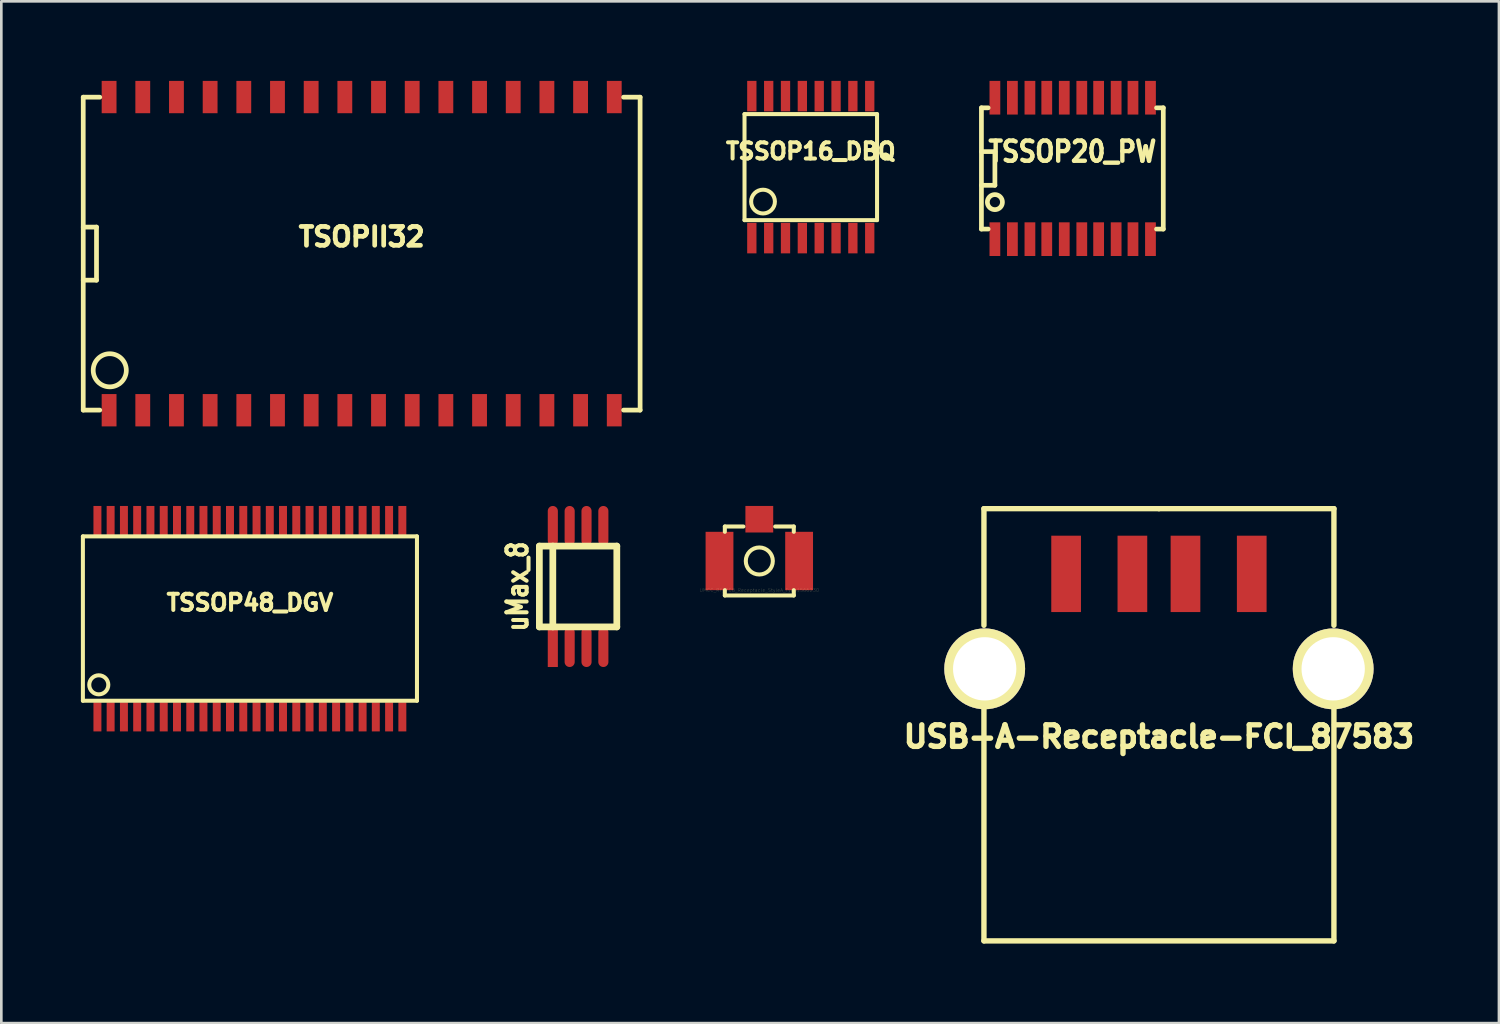
<source format=kicad_pcb>
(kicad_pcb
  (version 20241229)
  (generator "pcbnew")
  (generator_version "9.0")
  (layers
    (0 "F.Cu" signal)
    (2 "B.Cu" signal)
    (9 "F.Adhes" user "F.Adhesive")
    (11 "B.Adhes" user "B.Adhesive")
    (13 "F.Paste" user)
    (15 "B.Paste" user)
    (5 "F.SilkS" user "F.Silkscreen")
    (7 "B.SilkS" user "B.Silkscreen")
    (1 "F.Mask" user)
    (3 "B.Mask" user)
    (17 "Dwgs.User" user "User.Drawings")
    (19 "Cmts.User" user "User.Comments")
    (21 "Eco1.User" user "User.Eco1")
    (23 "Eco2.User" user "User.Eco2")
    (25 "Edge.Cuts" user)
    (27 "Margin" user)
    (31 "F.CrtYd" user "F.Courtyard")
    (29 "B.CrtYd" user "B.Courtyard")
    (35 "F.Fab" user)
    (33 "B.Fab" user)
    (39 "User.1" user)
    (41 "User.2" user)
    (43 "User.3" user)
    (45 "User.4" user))
  (footprint "USB-A-Receptacle-FCI_87583"
    (layer "F.Cu")
    (at 40.654 20.031)
    (property "Reference" "USB-A-Receptacle-FCI_87583" (at 0 4.699 0) (layer "F.SilkS") (effects (font (size 0.813 0.813) (thickness 0.203))))
    (attr through_hole)
    (fp_line (start -6.599 -3.899) (end -6.599 0.5) (stroke (width 0.203) (type solid)) (layer "F.SilkS"))
    (fp_line (start -6.599 2.101) (end -6.599 12.4) (stroke (width 0.203) (type solid)) (layer "F.SilkS"))
    (fp_line (start 0 -3.899) (end -6.599 -3.899) (stroke (width 0.203) (type solid)) (layer "F.SilkS"))
    (fp_line (start 0 -3.899) (end 6.599 -3.899) (stroke (width 0.203) (type solid)) (layer "F.SilkS"))
    (fp_line (start 6.599 -3.899) (end 6.599 0.5) (stroke (width 0.203) (type solid)) (layer "F.SilkS"))
    (fp_line (start 6.599 2.101) (end 6.599 12.4) (stroke (width 0.203) (type solid)) (layer "F.SilkS"))
    (fp_line (start 6.599 12.4) (end -6.599 12.4) (stroke (width 0.203) (type solid)) (layer "F.SilkS"))
    (pad "1" smd rect (at -3.5 -1.44) (size 1.12 2.88) (layers "F.Cu" "F.Mask" "F.Paste"))
    (pad "2" smd rect (at -1.001 -1.44) (size 1.12 2.88) (layers "F.Cu" "F.Mask" "F.Paste"))
    (pad "3" smd rect (at 1.001 -1.44) (size 1.12 2.88) (layers "F.Cu" "F.Mask" "F.Paste"))
    (pad "4" smd rect (at 3.5 -1.44) (size 1.12 2.88) (layers "F.Cu" "F.Mask" "F.Paste"))
    (pad "5" thru_hole circle (at -6.571 2.141) (size 3.048 3.048) (drill 2.388) (layers "*.Cu" "*.Mask" "F.SilkS"))
    (pad "5" thru_hole circle (at 6.571 2.141) (size 3.048 3.048) (drill 2.388) (layers "*.Cu" "*.Mask" "F.SilkS")))
  (footprint "uMax_8"
    (layer "F.Cu")
    (at 18.75 19.067)
    (property "Reference" "uMax_8" (at -2.286 0 90) (layer "F.SilkS") (effects (font (size 0.762 0.61) (thickness 0.203))))
    (attr smd)
    (fp_line (start -1.46 -1.524) (end 1.46 -1.524) (stroke (width 0.254) (type solid)) (layer "F.SilkS"))
    (fp_line (start -1.46 1.524) (end -1.46 -1.524) (stroke (width 0.254) (type solid)) (layer "F.SilkS"))
    (fp_line (start -0.953 1.524) (end -0.953 -1.524) (stroke (width 0.254) (type solid)) (layer "F.SilkS"))
    (fp_line (start 1.46 -1.524) (end 1.46 1.524) (stroke (width 0.254) (type solid)) (layer "F.SilkS"))
    (fp_line (start 1.46 1.524) (end -1.46 1.524) (stroke (width 0.254) (type solid)) (layer "F.SilkS"))
    (pad "1" smd rect (at -0.953 2.286) (size 0.381 1.501) (layers "F.Cu" "F.Mask" "F.Paste"))
    (pad "2" smd oval (at -0.318 2.286) (size 0.381 1.501) (layers "F.Cu" "F.Mask" "F.Paste"))
    (pad "3" smd oval (at 0.318 2.286) (size 0.381 1.501) (layers "F.Cu" "F.Mask" "F.Paste"))
    (pad "4" smd oval (at 0.953 2.286) (size 0.381 1.501) (layers "F.Cu" "F.Mask" "F.Paste"))
    (pad "5" smd oval (at 0.953 -2.286) (size 0.381 1.501) (layers "F.Cu" "F.Mask" "F.Paste"))
    (pad "6" smd oval (at 0.318 -2.286) (size 0.381 1.501) (layers "F.Cu" "F.Mask" "F.Paste"))
    (pad "7" smd oval (at -0.318 -2.286) (size 0.381 1.501) (layers "F.Cu" "F.Mask" "F.Paste"))
    (pad "8" smd oval (at -0.953 -2.286) (size 0.381 1.501) (layers "F.Cu" "F.Mask" "F.Paste")))
  (footprint "TSSOP20_PW"
    (layer "F.Cu")
    (at 37.389 3.302)
    (property "Reference" "TSSOP20_PW" (at 0 -0.635 0) (layer "F.SilkS") (effects (font (size 0.762 0.66) (thickness 0.178))))
    (attr smd)
    (fp_line (start -3.429 -2.286) (end -3.429 2.286) (stroke (width 0.178) (type solid)) (layer "F.SilkS"))
    (fp_line (start -3.429 -0.635) (end -2.921 -0.635) (stroke (width 0.178) (type solid)) (layer "F.SilkS"))
    (fp_line (start -3.429 2.286) (end -3.175 2.286) (stroke (width 0.178) (type solid)) (layer "F.SilkS"))
    (fp_line (start -3.175 -2.286) (end -3.429 -2.286) (stroke (width 0.178) (type solid)) (layer "F.SilkS"))
    (fp_line (start -2.921 -0.635) (end -2.921 0.635) (stroke (width 0.178) (type solid)) (layer "F.SilkS"))
    (fp_line (start -2.921 0.635) (end -3.429 0.635) (stroke (width 0.178) (type solid)) (layer "F.SilkS"))
    (fp_line (start 3.175 -2.286) (end 3.429 -2.286) (stroke (width 0.178) (type solid)) (layer "F.SilkS"))
    (fp_line (start 3.429 -2.286) (end 3.429 2.286) (stroke (width 0.178) (type solid)) (layer "F.SilkS"))
    (fp_line (start 3.429 2.286) (end 3.175 2.286) (stroke (width 0.178) (type solid)) (layer "F.SilkS"))
    (fp_circle (center -2.921 1.27) (end -2.667 1.143) (stroke (width 0.178) (type solid)) (fill no) (layer "F.SilkS"))
    (pad "1" smd rect (at -2.921 2.667) (size 0.406 1.27) (layers "F.Cu" "F.Mask" "F.Paste"))
    (pad "2" smd rect (at -2.261 2.667) (size 0.406 1.27) (layers "F.Cu" "F.Mask" "F.Paste"))
    (pad "3" smd rect (at -1.6 2.667) (size 0.406 1.27) (layers "F.Cu" "F.Mask" "F.Paste"))
    (pad "4" smd rect (at -0.965 2.667) (size 0.406 1.27) (layers "F.Cu" "F.Mask" "F.Paste"))
    (pad "5" smd rect (at -0.305 2.667) (size 0.406 1.27) (layers "F.Cu" "F.Mask" "F.Paste"))
    (pad "6" smd rect (at 0.356 2.667) (size 0.406 1.27) (layers "F.Cu" "F.Mask" "F.Paste"))
    (pad "7" smd rect (at 0.991 2.667) (size 0.406 1.27) (layers "F.Cu" "F.Mask" "F.Paste"))
    (pad "8" smd rect (at 1.651 2.667) (size 0.406 1.27) (layers "F.Cu" "F.Mask" "F.Paste"))
    (pad "9" smd rect (at 2.286 2.667) (size 0.406 1.27) (layers "F.Cu" "F.Mask" "F.Paste"))
    (pad "10" smd rect (at 2.946 2.667) (size 0.406 1.27) (layers "F.Cu" "F.Mask" "F.Paste"))
    (pad "11" smd rect (at 2.946 -2.667) (size 0.406 1.27) (layers "F.Cu" "F.Mask" "F.Paste"))
    (pad "12" smd rect (at 2.286 -2.667) (size 0.406 1.27) (layers "F.Cu" "F.Mask" "F.Paste"))
    (pad "13" smd rect (at 1.651 -2.667) (size 0.406 1.27) (layers "F.Cu" "F.Mask" "F.Paste"))
    (pad "14" smd rect (at 0.991 -2.667) (size 0.406 1.27) (layers "F.Cu" "F.Mask" "F.Paste"))
    (pad "15" smd rect (at 0.356 -2.667) (size 0.406 1.27) (layers "F.Cu" "F.Mask" "F.Paste"))
    (pad "16" smd rect (at -0.305 -2.667) (size 0.406 1.27) (layers "F.Cu" "F.Mask" "F.Paste"))
    (pad "17" smd rect (at -0.965 -2.667) (size 0.406 1.27) (layers "F.Cu" "F.Mask" "F.Paste"))
    (pad "18" smd rect (at -1.6 -2.667) (size 0.406 1.27) (layers "F.Cu" "F.Mask" "F.Paste"))
    (pad "19" smd rect (at -2.261 -2.667) (size 0.406 1.27) (layers "F.Cu" "F.Mask" "F.Paste"))
    (pad "20" smd rect (at -2.921 -2.667) (size 0.406 1.27) (layers "F.Cu" "F.Mask" "F.Paste")))
  (footprint "UMCC_RF_PCB_Receptacle_StyleA_Tyco1566230"
    (layer "F.Cu")
    (at 25.584 18.105)
    (property "Reference" "UMCC_RF_PCB_Receptacle_StyleA_Tyco1566230" (at 0 1.1 0) (layer "F.SilkS") (effects (font (size 0.127 0.127) (thickness 0.003))))
    (attr smd)
    (fp_line (start -1.3 -1.3) (end -1.3 -1.1) (stroke (width 0.152) (type solid)) (layer "F.SilkS"))
    (fp_line (start -1.3 1.1) (end -1.3 1.3) (stroke (width 0.152) (type solid)) (layer "F.SilkS"))
    (fp_line (start -1.3 1.3) (end 1.3 1.3) (stroke (width 0.152) (type solid)) (layer "F.SilkS"))
    (fp_line (start -0.599 -1.3) (end -1.3 -1.3) (stroke (width 0.152) (type solid)) (layer "F.SilkS"))
    (fp_line (start 1.3 -1.3) (end 0.599 -1.3) (stroke (width 0.152) (type solid)) (layer "F.SilkS"))
    (fp_line (start 1.3 -1.3) (end 1.3 -1.1) (stroke (width 0.152) (type solid)) (layer "F.SilkS"))
    (fp_line (start 1.3 1.3) (end 1.3 1.1) (stroke (width 0.152) (type solid)) (layer "F.SilkS"))
    (fp_circle (center 0 0) (end 0.5 -0.099) (stroke (width 0.152) (type solid)) (fill no) (layer "F.SilkS"))
    (pad "1" smd rect (at 0 -1.575 90) (size 1.001 1.049) (layers "F.Cu" "F.Mask" "F.Paste"))
    (pad "2" smd rect (at -1.501 0) (size 1.049 2.2) (layers "F.Cu" "F.Mask" "F.Paste"))
    (pad "2" smd rect (at 1.501 0) (size 1.049 2.2) (layers "F.Cu" "F.Mask" "F.Paste")))
  (footprint "TSOPII32"
    (layer "F.Cu")
    (at 10.589 6.515)
    (property "Reference" "TSOPII32" (at 0 -0.635 0) (layer "F.SilkS") (effects (font (size 0.711 0.711) (thickness 0.178))))
    (attr smd)
    (fp_line (start -10.5 -5.9) (end -10.5 5.9) (stroke (width 0.178) (type solid)) (layer "F.SilkS"))
    (fp_line (start -10.5 -5.9) (end -9.876 -5.9) (stroke (width 0.178) (type solid)) (layer "F.SilkS"))
    (fp_line (start -10.5 -1.001) (end -10 -1.001) (stroke (width 0.178) (type solid)) (layer "F.SilkS"))
    (fp_line (start -10.5 5.9) (end -9.876 5.9) (stroke (width 0.178) (type solid)) (layer "F.SilkS"))
    (fp_line (start -10 -1.001) (end -10 1.001) (stroke (width 0.178) (type solid)) (layer "F.SilkS"))
    (fp_line (start -10 1.001) (end -10.5 1.001) (stroke (width 0.178) (type solid)) (layer "F.SilkS"))
    (fp_line (start 10.5 -5.9) (end 9.876 -5.9) (stroke (width 0.178) (type solid)) (layer "F.SilkS"))
    (fp_line (start 10.5 -5.9) (end 10.5 5.9) (stroke (width 0.178) (type solid)) (layer "F.SilkS"))
    (fp_line (start 10.5 5.9) (end 9.876 5.9) (stroke (width 0.178) (type solid)) (layer "F.SilkS"))
    (fp_circle (center -9.5 4.399) (end -9.126 3.899) (stroke (width 0.178) (type solid)) (fill no) (layer "F.SilkS"))
    (pad "1" smd rect (at -9.525 5.905) (size 0.559 1.219) (layers "F.Cu" "F.Mask" "F.Paste"))
    (pad "2" smd rect (at -8.255 5.905) (size 0.559 1.219) (layers "F.Cu" "F.Mask" "F.Paste"))
    (pad "3" smd rect (at -6.985 5.905) (size 0.559 1.219) (layers "F.Cu" "F.Mask" "F.Paste"))
    (pad "4" smd rect (at -5.715 5.905) (size 0.559 1.219) (layers "F.Cu" "F.Mask" "F.Paste"))
    (pad "5" smd rect (at -4.445 5.905) (size 0.559 1.219) (layers "F.Cu" "F.Mask" "F.Paste"))
    (pad "6" smd rect (at -3.175 5.905) (size 0.559 1.219) (layers "F.Cu" "F.Mask" "F.Paste"))
    (pad "7" smd rect (at -1.905 5.905) (size 0.559 1.219) (layers "F.Cu" "F.Mask" "F.Paste"))
    (pad "8" smd rect (at -0.635 5.905) (size 0.559 1.219) (layers "F.Cu" "F.Mask" "F.Paste"))
    (pad "9" smd rect (at 0.635 5.905) (size 0.559 1.219) (layers "F.Cu" "F.Mask" "F.Paste"))
    (pad "10" smd rect (at 1.905 5.905) (size 0.559 1.219) (layers "F.Cu" "F.Mask" "F.Paste"))
    (pad "11" smd rect (at 3.175 5.905) (size 0.559 1.219) (layers "F.Cu" "F.Mask" "F.Paste"))
    (pad "12" smd rect (at 4.445 5.905) (size 0.559 1.219) (layers "F.Cu" "F.Mask" "F.Paste"))
    (pad "13" smd rect (at 5.715 5.905) (size 0.559 1.219) (layers "F.Cu" "F.Mask" "F.Paste"))
    (pad "14" smd rect (at 6.985 5.905) (size 0.559 1.219) (layers "F.Cu" "F.Mask" "F.Paste"))
    (pad "15" smd rect (at 8.255 5.905) (size 0.559 1.219) (layers "F.Cu" "F.Mask" "F.Paste"))
    (pad "16" smd rect (at 9.525 5.905) (size 0.559 1.219) (layers "F.Cu" "F.Mask" "F.Paste"))
    (pad "17" smd rect (at 9.525 -5.905) (size 0.559 1.219) (layers "F.Cu" "F.Mask" "F.Paste"))
    (pad "18" smd rect (at 8.255 -5.905) (size 0.559 1.219) (layers "F.Cu" "F.Mask" "F.Paste"))
    (pad "19" smd rect (at 6.985 -5.905) (size 0.559 1.219) (layers "F.Cu" "F.Mask" "F.Paste"))
    (pad "20" smd rect (at 5.715 -5.905) (size 0.559 1.219) (layers "F.Cu" "F.Mask" "F.Paste"))
    (pad "21" smd rect (at 4.445 -5.905) (size 0.559 1.219) (layers "F.Cu" "F.Mask" "F.Paste"))
    (pad "22" smd rect (at 3.175 -5.905) (size 0.559 1.219) (layers "F.Cu" "F.Mask" "F.Paste"))
    (pad "23" smd rect (at 1.905 -5.905) (size 0.559 1.219) (layers "F.Cu" "F.Mask" "F.Paste"))
    (pad "24" smd rect (at 0.635 -5.905) (size 0.559 1.219) (layers "F.Cu" "F.Mask" "F.Paste"))
    (pad "25" smd rect (at -0.635 -5.905) (size 0.559 1.219) (layers "F.Cu" "F.Mask" "F.Paste"))
    (pad "26" smd rect (at -1.905 -5.905) (size 0.559 1.219) (layers "F.Cu" "F.Mask" "F.Paste"))
    (pad "27" smd rect (at -3.175 -5.905) (size 0.559 1.219) (layers "F.Cu" "F.Mask" "F.Paste"))
    (pad "28" smd rect (at -4.445 -5.905) (size 0.559 1.219) (layers "F.Cu" "F.Mask" "F.Paste"))
    (pad "29" smd rect (at -5.715 -5.905) (size 0.559 1.219) (layers "F.Cu" "F.Mask" "F.Paste"))
    (pad "30" smd rect (at -6.985 -5.905) (size 0.559 1.219) (layers "F.Cu" "F.Mask" "F.Paste"))
    (pad "31" smd rect (at -8.255 -5.905) (size 0.559 1.219) (layers "F.Cu" "F.Mask" "F.Paste"))
    (pad "32" smd rect (at -9.525 -5.905) (size 0.559 1.219) (layers "F.Cu" "F.Mask" "F.Paste")))
  (footprint "TSSOP16_DBQ"
    (layer "F.Cu")
    (at 27.525 3.252)
    (property "Reference" "TSSOP16_DBQ" (at 0 -0.599 0) (layer "F.SilkS") (effects (font (size 0.61 0.61) (thickness 0.152))))
    (attr smd)
    (fp_line (start -2.499 -1.999) (end -2.499 1.999) (stroke (width 0.152) (type solid)) (layer "F.SilkS"))
    (fp_line (start -2.499 1.999) (end 2.499 1.999) (stroke (width 0.152) (type solid)) (layer "F.SilkS"))
    (fp_line (start 2.499 -1.999) (end -2.499 -1.999) (stroke (width 0.152) (type solid)) (layer "F.SilkS"))
    (fp_line (start 2.499 1.999) (end 2.499 -1.999) (stroke (width 0.152) (type solid)) (layer "F.SilkS"))
    (fp_circle (center -1.801 1.3) (end -1.4 1.1) (stroke (width 0.152) (type solid)) (fill no) (layer "F.SilkS"))
    (pad "1" smd rect (at -2.223 2.677) (size 0.351 1.151) (layers "F.Cu" "F.Mask" "F.Paste"))
    (pad "2" smd rect (at -1.587 2.677) (size 0.351 1.151) (layers "F.Cu" "F.Mask" "F.Paste"))
    (pad "3" smd rect (at -0.953 2.677) (size 0.351 1.151) (layers "F.Cu" "F.Mask" "F.Paste"))
    (pad "4" smd rect (at -0.318 2.677) (size 0.351 1.151) (layers "F.Cu" "F.Mask" "F.Paste"))
    (pad "5" smd rect (at 0.318 2.677) (size 0.351 1.151) (layers "F.Cu" "F.Mask" "F.Paste"))
    (pad "6" smd rect (at 0.953 2.677) (size 0.351 1.151) (layers "F.Cu" "F.Mask" "F.Paste"))
    (pad "7" smd rect (at 1.587 2.677) (size 0.351 1.151) (layers "F.Cu" "F.Mask" "F.Paste"))
    (pad "8" smd rect (at 2.223 2.677) (size 0.351 1.151) (layers "F.Cu" "F.Mask" "F.Paste"))
    (pad "9" smd rect (at 2.223 -2.677) (size 0.351 1.151) (layers "F.Cu" "F.Mask" "F.Paste"))
    (pad "10" smd rect (at 1.587 -2.677) (size 0.351 1.151) (layers "F.Cu" "F.Mask" "F.Paste"))
    (pad "11" smd rect (at 0.953 -2.677) (size 0.351 1.151) (layers "F.Cu" "F.Mask" "F.Paste"))
    (pad "12" smd rect (at 0.318 -2.677) (size 0.351 1.151) (layers "F.Cu" "F.Mask" "F.Paste"))
    (pad "13" smd rect (at -0.318 -2.677) (size 0.351 1.151) (layers "F.Cu" "F.Mask" "F.Paste"))
    (pad "14" smd rect (at -0.953 -2.677) (size 0.351 1.151) (layers "F.Cu" "F.Mask" "F.Paste"))
    (pad "15" smd rect (at -1.587 -2.677) (size 0.351 1.151) (layers "F.Cu" "F.Mask" "F.Paste"))
    (pad "16" smd rect (at -2.223 -2.677) (size 0.351 1.151) (layers "F.Cu" "F.Mask" "F.Paste")))
  (footprint "TSSOP48_DGV"
    (layer "F.Cu")
    (at 6.375 20.276)
    (property "Reference" "TSSOP48_DGV" (at 0 -0.599 0) (layer "F.SilkS") (effects (font (size 0.61 0.61) (thickness 0.152))))
    (attr smd)
    (fp_line (start -6.299 -3.099) (end -6.299 3.099) (stroke (width 0.152) (type solid)) (layer "F.SilkS"))
    (fp_line (start -6.299 3.099) (end 6.299 3.099) (stroke (width 0.152) (type solid)) (layer "F.SilkS"))
    (fp_line (start 6.299 -3.099) (end -6.299 -3.099) (stroke (width 0.152) (type solid)) (layer "F.SilkS"))
    (fp_line (start 6.299 3.099) (end 6.299 -3.099) (stroke (width 0.152) (type solid)) (layer "F.SilkS"))
    (fp_circle (center -5.7 2.499) (end -5.4 2.301) (stroke (width 0.152) (type solid)) (fill no) (layer "F.SilkS"))
    (pad "1" smd rect (at -5.751 3.706) (size 0.3 1.1) (layers "F.Cu" "F.Mask" "F.Paste"))
    (pad "2" smd rect (at -5.253 3.706) (size 0.3 1.1) (layers "F.Cu" "F.Mask" "F.Paste"))
    (pad "3" smd rect (at -4.752 3.706) (size 0.3 1.1) (layers "F.Cu" "F.Mask" "F.Paste"))
    (pad "4" smd rect (at -4.252 3.706) (size 0.3 1.1) (layers "F.Cu" "F.Mask" "F.Paste"))
    (pad "5" smd rect (at -3.752 3.706) (size 0.3 1.1) (layers "F.Cu" "F.Mask" "F.Paste"))
    (pad "6" smd rect (at -3.251 3.706) (size 0.3 1.1) (layers "F.Cu" "F.Mask" "F.Paste"))
    (pad "7" smd rect (at -2.751 3.706) (size 0.3 1.1) (layers "F.Cu" "F.Mask" "F.Paste"))
    (pad "8" smd rect (at -2.25 3.706) (size 0.3 1.1) (layers "F.Cu" "F.Mask" "F.Paste"))
    (pad "9" smd rect (at -1.753 3.706) (size 0.3 1.1) (layers "F.Cu" "F.Mask" "F.Paste"))
    (pad "10" smd rect (at -1.252 3.706) (size 0.3 1.1) (layers "F.Cu" "F.Mask" "F.Paste"))
    (pad "11" smd rect (at -0.752 3.706) (size 0.3 1.1) (layers "F.Cu" "F.Mask" "F.Paste"))
    (pad "12" smd rect (at -0.251 3.706) (size 0.3 1.1) (layers "F.Cu" "F.Mask" "F.Paste"))
    (pad "13" smd rect (at 0.249 3.706) (size 0.3 1.1) (layers "F.Cu" "F.Mask" "F.Paste"))
    (pad "14" smd rect (at 0.749 3.706) (size 0.3 1.1) (layers "F.Cu" "F.Mask" "F.Paste"))
    (pad "15" smd rect (at 1.247 3.706) (size 0.3 1.1) (layers "F.Cu" "F.Mask" "F.Paste"))
    (pad "16" smd rect (at 1.748 3.706) (size 0.3 1.1) (layers "F.Cu" "F.Mask" "F.Paste"))
    (pad "17" smd rect (at 2.248 3.706) (size 0.3 1.1) (layers "F.Cu" "F.Mask" "F.Paste"))
    (pad "18" smd rect (at 2.748 3.706) (size 0.3 1.1) (layers "F.Cu" "F.Mask" "F.Paste"))
    (pad "19" smd rect (at 3.249 3.706) (size 0.3 1.1) (layers "F.Cu" "F.Mask" "F.Paste"))
    (pad "20" smd rect (at 3.749 3.706) (size 0.3 1.1) (layers "F.Cu" "F.Mask" "F.Paste"))
    (pad "21" smd rect (at 4.249 3.706) (size 0.3 1.1) (layers "F.Cu" "F.Mask" "F.Paste"))
    (pad "22" smd rect (at 4.747 3.706) (size 0.3 1.1) (layers "F.Cu" "F.Mask" "F.Paste"))
    (pad "23" smd rect (at 5.248 3.706) (size 0.3 1.1) (layers "F.Cu" "F.Mask" "F.Paste"))
    (pad "24" smd rect (at 5.748 3.706) (size 0.3 1.1) (layers "F.Cu" "F.Mask" "F.Paste"))
    (pad "25" smd rect (at 5.748 -3.696) (size 0.3 1.1) (layers "F.Cu" "F.Mask" "F.Paste"))
    (pad "26" smd rect (at 5.248 -3.696) (size 0.3 1.1) (layers "F.Cu" "F.Mask" "F.Paste"))
    (pad "27" smd rect (at 4.747 -3.696) (size 0.3 1.1) (layers "F.Cu" "F.Mask" "F.Paste"))
    (pad "28" smd rect (at 4.249 -3.696) (size 0.3 1.1) (layers "F.Cu" "F.Mask" "F.Paste"))
    (pad "29" smd rect (at 3.749 -3.696) (size 0.3 1.1) (layers "F.Cu" "F.Mask" "F.Paste"))
    (pad "30" smd rect (at 3.249 -3.696) (size 0.3 1.1) (layers "F.Cu" "F.Mask" "F.Paste"))
    (pad "31" smd rect (at 2.748 -3.696) (size 0.3 1.1) (layers "F.Cu" "F.Mask" "F.Paste"))
    (pad "32" smd rect (at 2.248 -3.696) (size 0.3 1.1) (layers "F.Cu" "F.Mask" "F.Paste"))
    (pad "33" smd rect (at 1.748 -3.696) (size 0.3 1.1) (layers "F.Cu" "F.Mask" "F.Paste"))
    (pad "34" smd rect (at 1.247 -3.696) (size 0.3 1.1) (layers "F.Cu" "F.Mask" "F.Paste"))
    (pad "35" smd rect (at 0.749 -3.696) (size 0.3 1.1) (layers "F.Cu" "F.Mask" "F.Paste"))
    (pad "36" smd rect (at 0.249 -3.696) (size 0.3 1.1) (layers "F.Cu" "F.Mask" "F.Paste"))
    (pad "37" smd rect (at -0.251 -3.696) (size 0.3 1.1) (layers "F.Cu" "F.Mask" "F.Paste"))
    (pad "38" smd rect (at -0.752 -3.696) (size 0.3 1.1) (layers "F.Cu" "F.Mask" "F.Paste"))
    (pad "39" smd rect (at -1.252 -3.696) (size 0.3 1.1) (layers "F.Cu" "F.Mask" "F.Paste"))
    (pad "40" smd rect (at -1.753 -3.696) (size 0.3 1.1) (layers "F.Cu" "F.Mask" "F.Paste"))
    (pad "41" smd rect (at -2.25 -3.696) (size 0.3 1.1) (layers "F.Cu" "F.Mask" "F.Paste"))
    (pad "42" smd rect (at -2.751 -3.696) (size 0.3 1.1) (layers "F.Cu" "F.Mask" "F.Paste"))
    (pad "43" smd rect (at -3.251 -3.696) (size 0.3 1.1) (layers "F.Cu" "F.Mask" "F.Paste"))
    (pad "44" smd rect (at -3.752 -3.696) (size 0.3 1.1) (layers "F.Cu" "F.Mask" "F.Paste"))
    (pad "45" smd rect (at -4.252 -3.696) (size 0.3 1.1) (layers "F.Cu" "F.Mask" "F.Paste"))
    (pad "46" smd rect (at -4.752 -3.696) (size 0.3 1.1) (layers "F.Cu" "F.Mask" "F.Paste"))
    (pad "47" smd rect (at -5.253 -3.696) (size 0.3 1.1) (layers "F.Cu" "F.Mask" "F.Paste"))
    (pad "48" smd rect (at -5.751 -3.696) (size 0.3 1.1) (layers "F.Cu" "F.Mask" "F.Paste")))
  (gr_rect
    (start -3 -3)
    (end 53.476 35.533)
    (stroke (width 0.1) (type default))
    (fill no)
    (layer "Edge.Cuts")))
</source>
